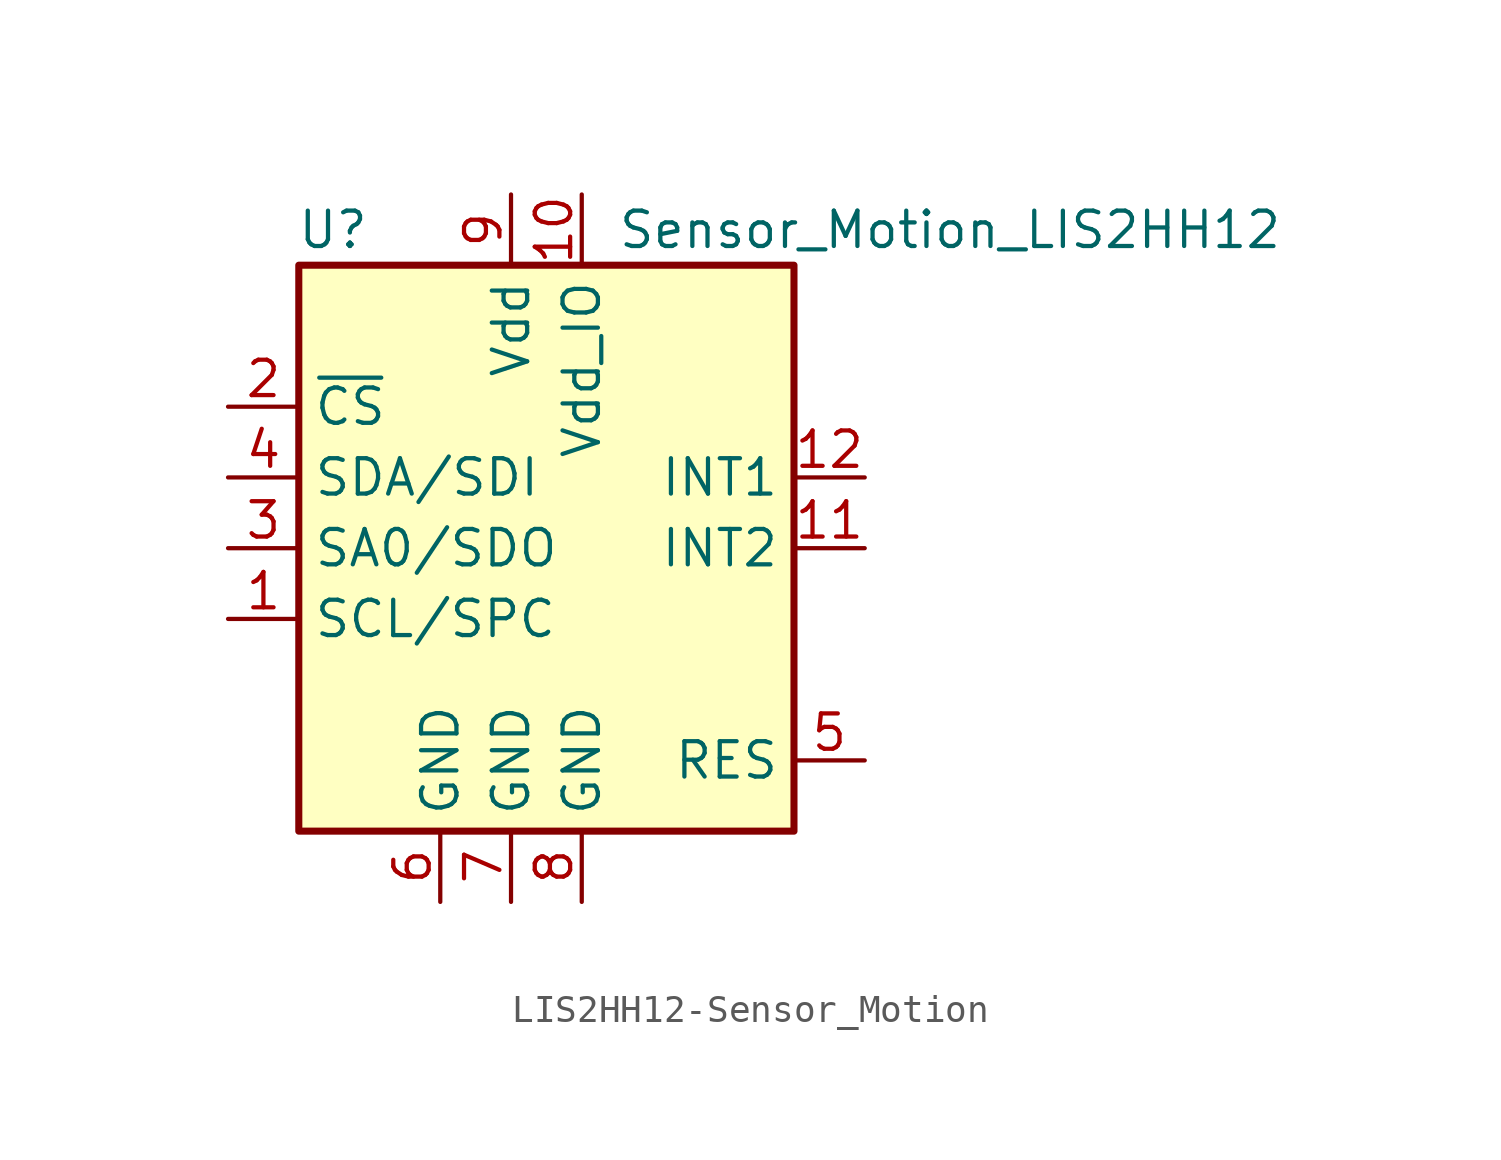
<source format=kicad_sym>
(kicad_symbol_lib
  (version 20231120)
  (generator "kicad_symbol_editor")
  (generator_version "8.0")
  (symbol "LIS2HH12-Sensor_Motion"
    (property "Reference" "U"
      (at -5.08 11.43 0)
      (effects (font (size 1.27 1.27)) (justify right)))
    (property "Value" "Sensor_Motion_LIS2HH12"
      (at 3.81 11.43 0)
      (effects (font (size 1.27 1.27)) (justify left)))
    (symbol "LIS2HH12-Sensor_Motion_0_1"
      (rectangle (start -7.62 10.16) (end 10.16 -10.16) (stroke (width 0.254) (type solid)) (fill (type background))))
    (symbol "LIS2HH12-Sensor_Motion_1_1"
      (pin input line (at -10.16 -2.54 0) (length 2.54) (name "SCL/SPC" (effects (font (size 1.27 1.27)))) (number "1" (effects (font (size 1.27 1.27)))))
      (pin power_in line (at 2.54 12.7 270) (length 2.54) (name "Vdd_IO" (effects (font (size 1.27 1.27)))) (number "10" (effects (font (size 1.27 1.27)))))
      (pin output line (at 12.7 0 180) (length 2.54) (name "INT2" (effects (font (size 1.27 1.27)))) (number "11" (effects (font (size 1.27 1.27)))))
      (pin output line (at 12.7 2.54 180) (length 2.54) (name "INT1" (effects (font (size 1.27 1.27)))) (number "12" (effects (font (size 1.27 1.27)))))
      (pin input line (at -10.16 5.08 0) (length 2.54) (name "~{CS}" (effects (font (size 1.27 1.27)))) (number "2" (effects (font (size 1.27 1.27)))))
      (pin bidirectional line (at -10.16 0 0) (length 2.54) (name "SA0/SDO" (effects (font (size 1.27 1.27)))) (number "3" (effects (font (size 1.27 1.27)))))
      (pin bidirectional line (at -10.16 2.54 0) (length 2.54) (name "SDA/SDI" (effects (font (size 1.27 1.27)))) (number "4" (effects (font (size 1.27 1.27)))))
      (pin passive line (at 12.7 -7.62 180) (length 2.54) (name "RES" (effects (font (size 1.27 1.27)))) (number "5" (effects (font (size 1.27 1.27)))))
      (pin power_in line (at -2.54 -12.7 90) (length 2.54) (name "GND" (effects (font (size 1.27 1.27)))) (number "6" (effects (font (size 1.27 1.27)))))
      (pin power_in line (at 0 -12.7 90) (length 2.54) (name "GND" (effects (font (size 1.27 1.27)))) (number "7" (effects (font (size 1.27 1.27)))))
      (pin power_in line (at 2.54 -12.7 90) (length 2.54) (name "GND" (effects (font (size 1.27 1.27)))) (number "8" (effects (font (size 1.27 1.27)))))
      (pin power_in line (at 0 12.7 270) (length 2.54) (name "Vdd" (effects (font (size 1.27 1.27)))) (number "9" (effects (font (size 1.27 1.27))))))))
</source>
